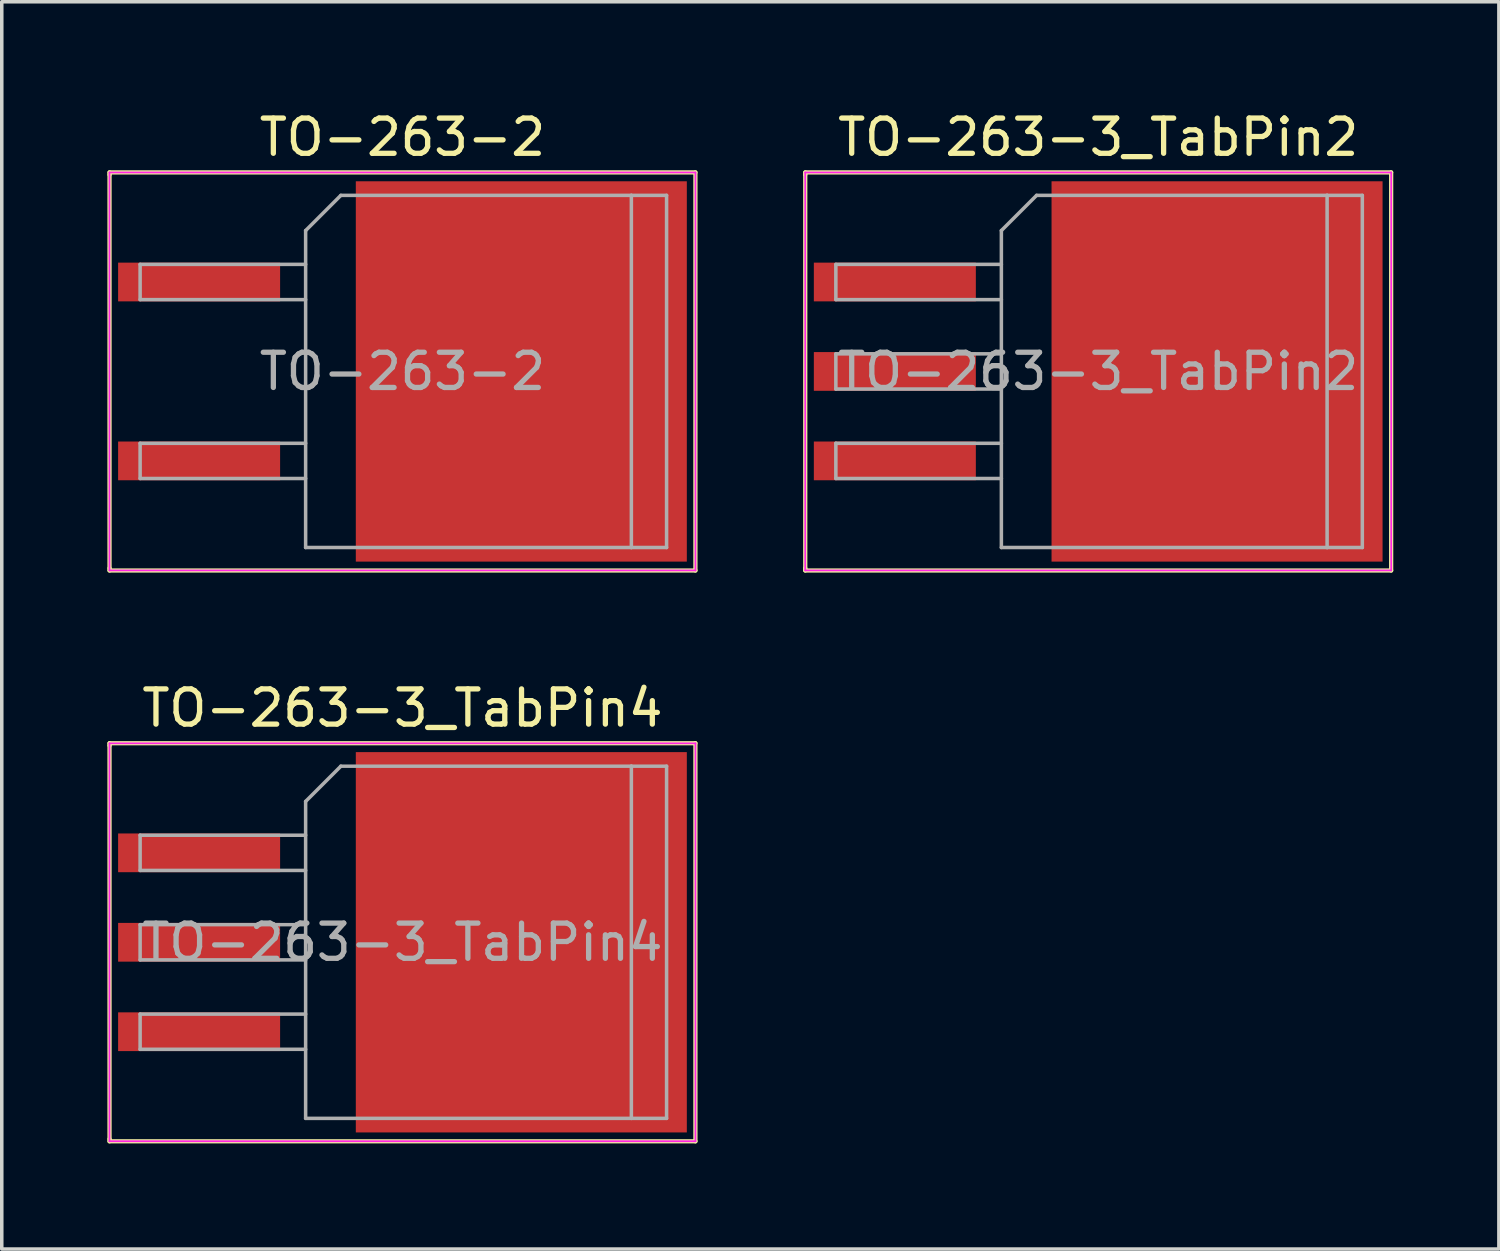
<source format=kicad_pcb>
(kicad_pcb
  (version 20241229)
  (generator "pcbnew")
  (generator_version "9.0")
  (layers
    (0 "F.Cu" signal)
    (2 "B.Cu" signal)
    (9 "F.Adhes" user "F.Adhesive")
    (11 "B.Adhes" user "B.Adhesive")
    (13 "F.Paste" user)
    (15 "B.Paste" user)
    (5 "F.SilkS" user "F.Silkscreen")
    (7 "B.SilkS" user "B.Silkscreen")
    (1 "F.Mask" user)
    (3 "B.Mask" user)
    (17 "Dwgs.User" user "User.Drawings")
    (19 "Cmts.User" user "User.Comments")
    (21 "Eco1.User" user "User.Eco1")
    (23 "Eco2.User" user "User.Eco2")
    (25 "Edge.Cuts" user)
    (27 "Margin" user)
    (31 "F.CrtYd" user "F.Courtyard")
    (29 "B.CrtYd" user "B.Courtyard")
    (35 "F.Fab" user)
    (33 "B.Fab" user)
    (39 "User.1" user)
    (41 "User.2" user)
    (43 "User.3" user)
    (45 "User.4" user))
  (footprint "TO-263-2"
    (layer "F.Cu")
    (at 8.379 7.498)
    (property "Reference" "TO-263-2" (at 0 -6.65 0) (layer "F.SilkS") (effects (font (size 1 1) (thickness 0.15))))
    (attr smd)
    (fp_line (start -8.319 -5.652) (end -8.319 -5.588) (stroke (width 0.12) (type solid)) (layer "F.SilkS"))
    (fp_line (start -8.319 -5.588) (end -8.319 5.588) (stroke (width 0.12) (type solid)) (layer "F.SilkS"))
    (fp_line (start -8.319 5.588) (end -8.319 5.652) (stroke (width 0.12) (type solid)) (layer "F.SilkS"))
    (fp_line (start -8.319 5.652) (end 8.319 5.652) (stroke (width 0.12) (type solid)) (layer "F.SilkS"))
    (fp_line (start 8.319 -5.652) (end -8.319 -5.652) (stroke (width 0.12) (type solid)) (layer "F.SilkS"))
    (fp_line (start 8.319 5.652) (end 8.319 -5.652) (stroke (width 0.12) (type solid)) (layer "F.SilkS"))
    (fp_line (start -8.32 -5.65) (end -8.32 5.65) (stroke (width 0.05) (type solid)) (layer "F.CrtYd"))
    (fp_line (start -8.32 5.65) (end 8.32 5.65) (stroke (width 0.05) (type solid)) (layer "F.CrtYd"))
    (fp_line (start 8.32 -5.65) (end -8.32 -5.65) (stroke (width 0.05) (type solid)) (layer "F.CrtYd"))
    (fp_line (start 8.32 5.65) (end 8.32 -5.65) (stroke (width 0.05) (type solid)) (layer "F.CrtYd"))
    (fp_line (start -7.45 -3.04) (end -7.45 -2.04) (stroke (width 0.1) (type solid)) (layer "F.Fab"))
    (fp_line (start -7.45 -2.04) (end -2.75 -2.04) (stroke (width 0.1) (type solid)) (layer "F.Fab"))
    (fp_line (start -7.45 2.04) (end -7.45 3.04) (stroke (width 0.1) (type solid)) (layer "F.Fab"))
    (fp_line (start -7.45 3.04) (end -2.75 3.04) (stroke (width 0.1) (type solid)) (layer "F.Fab"))
    (fp_line (start -2.75 -4) (end -1.75 -5) (stroke (width 0.1) (type solid)) (layer "F.Fab"))
    (fp_line (start -2.75 -3.04) (end -7.45 -3.04) (stroke (width 0.1) (type solid)) (layer "F.Fab"))
    (fp_line (start -2.75 2.04) (end -7.45 2.04) (stroke (width 0.1) (type solid)) (layer "F.Fab"))
    (fp_line (start -2.75 5) (end -2.75 -4) (stroke (width 0.1) (type solid)) (layer "F.Fab"))
    (fp_line (start -1.75 -5) (end 6.5 -5) (stroke (width 0.1) (type solid)) (layer "F.Fab"))
    (fp_line (start 6.5 -5) (end 6.5 5) (stroke (width 0.1) (type solid)) (layer "F.Fab"))
    (fp_line (start 6.5 -5) (end 7.5 -5) (stroke (width 0.1) (type solid)) (layer "F.Fab"))
    (fp_line (start 6.5 5) (end -2.75 5) (stroke (width 0.1) (type solid)) (layer "F.Fab"))
    (fp_line (start 7.5 -5) (end 7.5 5) (stroke (width 0.1) (type solid)) (layer "F.Fab"))
    (fp_line (start 7.5 5) (end 6.5 5) (stroke (width 0.1) (type solid)) (layer "F.Fab"))
    (fp_text user "${REFERENCE}" (at 0 0 0) (layer "F.Fab") (effects (font (size 1 1) (thickness 0.15))))
    (pad "" smd rect (at 0.95 -2.775) (size 4.55 5.25) (layers "F.Paste"))
    (pad "" smd rect (at 0.95 2.775) (size 4.55 5.25) (layers "F.Paste"))
    (pad "" smd rect (at 5.8 -2.775) (size 4.55 5.25) (layers "F.Paste"))
    (pad "" smd rect (at 5.8 2.775) (size 4.55 5.25) (layers "F.Paste"))
    (pad "1" smd rect (at -5.775 -2.54) (size 4.6 1.1) (layers "F.Cu" "F.Mask" "F.Paste"))
    (pad "2" smd rect (at 3.375 0) (size 9.4 10.8) (layers "F.Cu" "F.Mask"))
    (pad "3" smd rect (at -5.775 2.54) (size 4.6 1.1) (layers "F.Cu" "F.Mask" "F.Paste")))
  (footprint "TO-263-3_TabPin2"
    (layer "F.Cu")
    (at 28.136 7.498)
    (property "Reference" "TO-263-3_TabPin2" (at 0 -6.65 0) (layer "F.SilkS") (effects (font (size 1 1) (thickness 0.15))))
    (attr smd)
    (fp_line (start -8.319 -5.652) (end -8.319 -5.588) (stroke (width 0.12) (type solid)) (layer "F.SilkS"))
    (fp_line (start -8.319 -5.588) (end -8.319 5.588) (stroke (width 0.12) (type solid)) (layer "F.SilkS"))
    (fp_line (start -8.319 5.588) (end -8.319 5.652) (stroke (width 0.12) (type solid)) (layer "F.SilkS"))
    (fp_line (start -8.319 5.652) (end 8.319 5.652) (stroke (width 0.12) (type solid)) (layer "F.SilkS"))
    (fp_line (start 8.319 -5.652) (end -8.319 -5.652) (stroke (width 0.12) (type solid)) (layer "F.SilkS"))
    (fp_line (start 8.319 5.652) (end 8.319 -5.652) (stroke (width 0.12) (type solid)) (layer "F.SilkS"))
    (fp_line (start -8.32 -5.65) (end -8.32 5.65) (stroke (width 0.05) (type solid)) (layer "F.CrtYd"))
    (fp_line (start -8.32 5.65) (end 8.32 5.65) (stroke (width 0.05) (type solid)) (layer "F.CrtYd"))
    (fp_line (start 8.32 -5.65) (end -8.32 -5.65) (stroke (width 0.05) (type solid)) (layer "F.CrtYd"))
    (fp_line (start 8.32 5.65) (end 8.32 -5.65) (stroke (width 0.05) (type solid)) (layer "F.CrtYd"))
    (fp_line (start -7.45 -3.04) (end -7.45 -2.04) (stroke (width 0.1) (type solid)) (layer "F.Fab"))
    (fp_line (start -7.45 -2.04) (end -2.75 -2.04) (stroke (width 0.1) (type solid)) (layer "F.Fab"))
    (fp_line (start -7.45 -0.5) (end -7.45 0.5) (stroke (width 0.1) (type solid)) (layer "F.Fab"))
    (fp_line (start -7.45 0.5) (end -2.75 0.5) (stroke (width 0.1) (type solid)) (layer "F.Fab"))
    (fp_line (start -7.45 2.04) (end -7.45 3.04) (stroke (width 0.1) (type solid)) (layer "F.Fab"))
    (fp_line (start -7.45 3.04) (end -2.75 3.04) (stroke (width 0.1) (type solid)) (layer "F.Fab"))
    (fp_line (start -2.75 -4) (end -1.75 -5) (stroke (width 0.1) (type solid)) (layer "F.Fab"))
    (fp_line (start -2.75 -3.04) (end -7.45 -3.04) (stroke (width 0.1) (type solid)) (layer "F.Fab"))
    (fp_line (start -2.75 -0.5) (end -7.45 -0.5) (stroke (width 0.1) (type solid)) (layer "F.Fab"))
    (fp_line (start -2.75 2.04) (end -7.45 2.04) (stroke (width 0.1) (type solid)) (layer "F.Fab"))
    (fp_line (start -2.75 5) (end -2.75 -4) (stroke (width 0.1) (type solid)) (layer "F.Fab"))
    (fp_line (start -1.75 -5) (end 6.5 -5) (stroke (width 0.1) (type solid)) (layer "F.Fab"))
    (fp_line (start 6.5 -5) (end 6.5 5) (stroke (width 0.1) (type solid)) (layer "F.Fab"))
    (fp_line (start 6.5 -5) (end 7.5 -5) (stroke (width 0.1) (type solid)) (layer "F.Fab"))
    (fp_line (start 6.5 5) (end -2.75 5) (stroke (width 0.1) (type solid)) (layer "F.Fab"))
    (fp_line (start 7.5 -5) (end 7.5 5) (stroke (width 0.1) (type solid)) (layer "F.Fab"))
    (fp_line (start 7.5 5) (end 6.5 5) (stroke (width 0.1) (type solid)) (layer "F.Fab"))
    (fp_text user "${REFERENCE}" (at 0 0 0) (layer "F.Fab") (effects (font (size 1 1) (thickness 0.15))))
    (pad "" smd rect (at 0.95 -2.775) (size 4.55 5.25) (layers "F.Paste"))
    (pad "" smd rect (at 0.95 2.775) (size 4.55 5.25) (layers "F.Paste"))
    (pad "" smd rect (at 5.8 -2.775) (size 4.55 5.25) (layers "F.Paste"))
    (pad "" smd rect (at 5.8 2.775) (size 4.55 5.25) (layers "F.Paste"))
    (pad "1" smd rect (at -5.775 -2.54) (size 4.6 1.1) (layers "F.Cu" "F.Mask" "F.Paste"))
    (pad "2" smd rect (at -5.775 0) (size 4.6 1.1) (layers "F.Cu" "F.Mask" "F.Paste"))
    (pad "2" smd rect (at 3.375 0) (size 9.4 10.8) (layers "F.Cu" "F.Mask"))
    (pad "3" smd rect (at -5.775 2.54) (size 4.6 1.1) (layers "F.Cu" "F.Mask" "F.Paste")))
  (footprint "TO-263-3_TabPin4"
    (layer "F.Cu")
    (at 8.379 23.708)
    (property "Reference" "TO-263-3_TabPin4" (at 0 -6.65 0) (layer "F.SilkS") (effects (font (size 1 1) (thickness 0.15))))
    (attr smd)
    (fp_line (start -8.319 -5.652) (end -8.319 -5.588) (stroke (width 0.12) (type solid)) (layer "F.SilkS"))
    (fp_line (start -8.319 -5.588) (end -8.319 5.588) (stroke (width 0.12) (type solid)) (layer "F.SilkS"))
    (fp_line (start -8.319 5.588) (end -8.319 5.652) (stroke (width 0.12) (type solid)) (layer "F.SilkS"))
    (fp_line (start -8.319 5.652) (end 8.319 5.652) (stroke (width 0.12) (type solid)) (layer "F.SilkS"))
    (fp_line (start 8.319 -5.652) (end -8.319 -5.652) (stroke (width 0.12) (type solid)) (layer "F.SilkS"))
    (fp_line (start 8.319 5.652) (end 8.319 -5.652) (stroke (width 0.12) (type solid)) (layer "F.SilkS"))
    (fp_line (start -8.32 -5.65) (end -8.32 5.65) (stroke (width 0.05) (type solid)) (layer "F.CrtYd"))
    (fp_line (start -8.32 5.65) (end 8.32 5.65) (stroke (width 0.05) (type solid)) (layer "F.CrtYd"))
    (fp_line (start 8.32 -5.65) (end -8.32 -5.65) (stroke (width 0.05) (type solid)) (layer "F.CrtYd"))
    (fp_line (start 8.32 5.65) (end 8.32 -5.65) (stroke (width 0.05) (type solid)) (layer "F.CrtYd"))
    (fp_line (start -7.45 -3.04) (end -7.45 -2.04) (stroke (width 0.1) (type solid)) (layer "F.Fab"))
    (fp_line (start -7.45 -2.04) (end -2.75 -2.04) (stroke (width 0.1) (type solid)) (layer "F.Fab"))
    (fp_line (start -7.45 -0.5) (end -7.45 0.5) (stroke (width 0.1) (type solid)) (layer "F.Fab"))
    (fp_line (start -7.45 0.5) (end -2.75 0.5) (stroke (width 0.1) (type solid)) (layer "F.Fab"))
    (fp_line (start -7.45 2.04) (end -7.45 3.04) (stroke (width 0.1) (type solid)) (layer "F.Fab"))
    (fp_line (start -7.45 3.04) (end -2.75 3.04) (stroke (width 0.1) (type solid)) (layer "F.Fab"))
    (fp_line (start -2.75 -4) (end -1.75 -5) (stroke (width 0.1) (type solid)) (layer "F.Fab"))
    (fp_line (start -2.75 -3.04) (end -7.45 -3.04) (stroke (width 0.1) (type solid)) (layer "F.Fab"))
    (fp_line (start -2.75 -0.5) (end -7.45 -0.5) (stroke (width 0.1) (type solid)) (layer "F.Fab"))
    (fp_line (start -2.75 2.04) (end -7.45 2.04) (stroke (width 0.1) (type solid)) (layer "F.Fab"))
    (fp_line (start -2.75 5) (end -2.75 -4) (stroke (width 0.1) (type solid)) (layer "F.Fab"))
    (fp_line (start -1.75 -5) (end 6.5 -5) (stroke (width 0.1) (type solid)) (layer "F.Fab"))
    (fp_line (start 6.5 -5) (end 6.5 5) (stroke (width 0.1) (type solid)) (layer "F.Fab"))
    (fp_line (start 6.5 -5) (end 7.5 -5) (stroke (width 0.1) (type solid)) (layer "F.Fab"))
    (fp_line (start 6.5 5) (end -2.75 5) (stroke (width 0.1) (type solid)) (layer "F.Fab"))
    (fp_line (start 7.5 -5) (end 7.5 5) (stroke (width 0.1) (type solid)) (layer "F.Fab"))
    (fp_line (start 7.5 5) (end 6.5 5) (stroke (width 0.1) (type solid)) (layer "F.Fab"))
    (fp_text user "${REFERENCE}" (at 0 0 0) (layer "F.Fab") (effects (font (size 1 1) (thickness 0.15))))
    (pad "" smd rect (at 0.95 -2.775) (size 4.55 5.25) (layers "F.Paste"))
    (pad "" smd rect (at 0.95 2.775) (size 4.55 5.25) (layers "F.Paste"))
    (pad "" smd rect (at 5.8 -2.775) (size 4.55 5.25) (layers "F.Paste"))
    (pad "" smd rect (at 5.8 2.775) (size 4.55 5.25) (layers "F.Paste"))
    (pad "1" smd rect (at -5.775 -2.54) (size 4.6 1.1) (layers "F.Cu" "F.Mask" "F.Paste"))
    (pad "2" smd rect (at -5.775 0) (size 4.6 1.1) (layers "F.Cu" "F.Mask" "F.Paste"))
    (pad "3" smd rect (at -5.775 2.54) (size 4.6 1.1) (layers "F.Cu" "F.Mask" "F.Paste"))
    (pad "4" smd rect (at 3.375 0) (size 9.4 10.8) (layers "F.Cu" "F.Mask")))
  (gr_rect
    (start -3 -3)
    (end 39.514 32.419)
    (stroke (width 0.1) (type default))
    (fill no)
    (layer "Edge.Cuts")))
</source>
